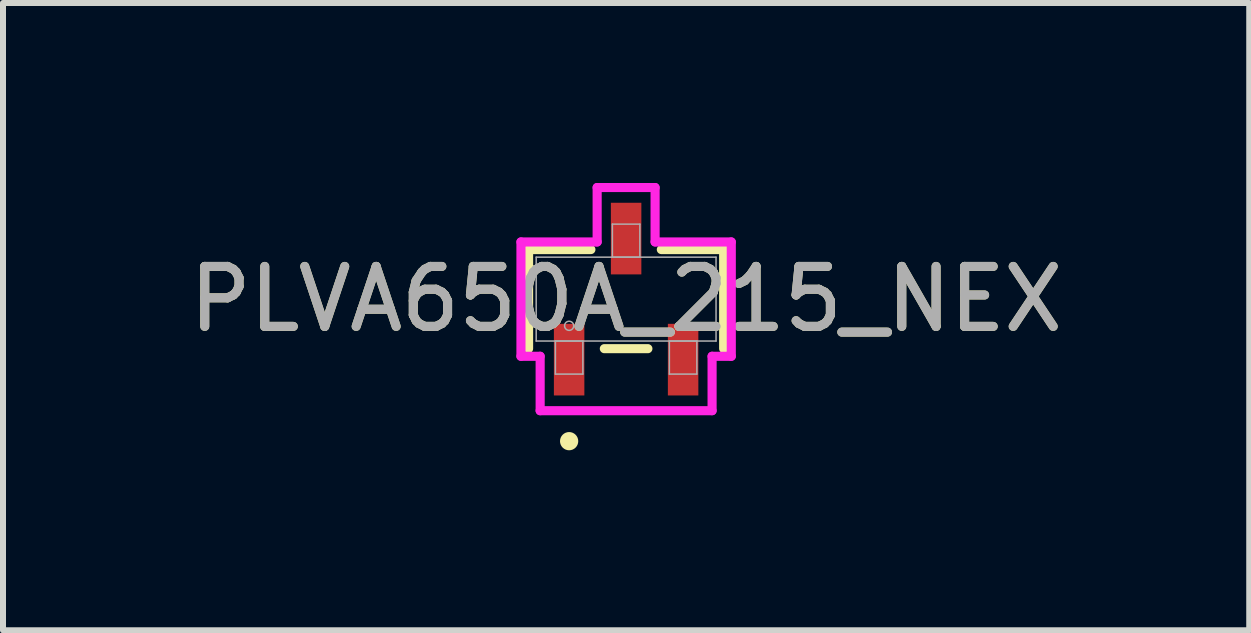
<source format=kicad_pcb>
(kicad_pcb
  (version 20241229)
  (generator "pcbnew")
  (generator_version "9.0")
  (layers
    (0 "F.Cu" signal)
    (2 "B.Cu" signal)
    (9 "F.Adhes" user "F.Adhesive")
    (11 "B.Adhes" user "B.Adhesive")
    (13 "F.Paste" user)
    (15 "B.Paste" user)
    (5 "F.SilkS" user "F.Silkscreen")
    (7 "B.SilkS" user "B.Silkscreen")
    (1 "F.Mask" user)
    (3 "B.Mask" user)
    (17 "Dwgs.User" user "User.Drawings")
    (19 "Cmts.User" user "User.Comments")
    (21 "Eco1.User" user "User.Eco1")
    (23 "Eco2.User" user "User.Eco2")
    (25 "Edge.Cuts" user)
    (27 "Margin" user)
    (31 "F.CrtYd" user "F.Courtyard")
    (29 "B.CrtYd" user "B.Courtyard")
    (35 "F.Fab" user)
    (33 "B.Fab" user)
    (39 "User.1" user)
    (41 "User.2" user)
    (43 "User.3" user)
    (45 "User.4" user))
  (footprint "PLVA650A_215_NEX"
    (layer "F.Cu")
    (at 7.387 1.936)
    (property "Reference" "PLVA650A_215_NEX" (at 0 0 0) (unlocked yes) (layer "F.SilkS") (effects (font (size 1 1) (thickness 0.15))))
    (attr smd)
    (fp_line (start -1.626 -0.826) (end -1.626 0.826) (stroke (width 0.152) (type solid)) (layer "F.SilkS"))
    (fp_line (start -0.587 -0.826) (end -1.626 -0.826) (stroke (width 0.152) (type solid)) (layer "F.SilkS"))
    (fp_line (start -0.363 0.826) (end 0.363 0.826) (stroke (width 0.152) (type solid)) (layer "F.SilkS"))
    (fp_line (start 1.626 -0.826) (end 0.587 -0.826) (stroke (width 0.152) (type solid)) (layer "F.SilkS"))
    (fp_line (start 1.626 0.826) (end 1.626 -0.826) (stroke (width 0.152) (type solid)) (layer "F.SilkS"))
    (fp_circle (center -0.95 2.368) (end -0.874 2.368) (stroke (width 0.152) (type solid)) (fill no) (layer "F.SilkS"))
    (fp_line (start -1.753 -0.953) (end -0.483 -0.953) (stroke (width 0.152) (type solid)) (layer "F.CrtYd"))
    (fp_line (start -1.753 0.953) (end -1.753 -0.953) (stroke (width 0.152) (type solid)) (layer "F.CrtYd"))
    (fp_line (start -1.753 0.953) (end -1.433 0.953) (stroke (width 0.152) (type solid)) (layer "F.CrtYd"))
    (fp_line (start -1.433 0.953) (end -1.433 1.86) (stroke (width 0.152) (type solid)) (layer "F.CrtYd"))
    (fp_line (start -1.433 1.86) (end 1.433 1.86) (stroke (width 0.152) (type solid)) (layer "F.CrtYd"))
    (fp_line (start -0.483 -1.86) (end 0.483 -1.86) (stroke (width 0.152) (type solid)) (layer "F.CrtYd"))
    (fp_line (start -0.483 -0.953) (end -0.483 -1.86) (stroke (width 0.152) (type solid)) (layer "F.CrtYd"))
    (fp_line (start 0.483 -0.953) (end 0.483 -1.86) (stroke (width 0.152) (type solid)) (layer "F.CrtYd"))
    (fp_line (start 1.433 0.953) (end 1.433 1.86) (stroke (width 0.152) (type solid)) (layer "F.CrtYd"))
    (fp_line (start 1.753 -0.953) (end 0.483 -0.953) (stroke (width 0.152) (type solid)) (layer "F.CrtYd"))
    (fp_line (start 1.753 -0.953) (end 1.753 0.953) (stroke (width 0.152) (type solid)) (layer "F.CrtYd"))
    (fp_line (start 1.753 0.953) (end 1.433 0.953) (stroke (width 0.152) (type solid)) (layer "F.CrtYd"))
    (fp_line (start -1.499 -0.699) (end -1.499 0.699) (stroke (width 0.025) (type solid)) (layer "F.Fab"))
    (fp_line (start -1.499 0.699) (end 1.499 0.699) (stroke (width 0.025) (type solid)) (layer "F.Fab"))
    (fp_line (start -1.179 0.699) (end -1.179 1.25) (stroke (width 0.025) (type solid)) (layer "F.Fab"))
    (fp_line (start -1.179 1.25) (end -0.721 1.25) (stroke (width 0.025) (type solid)) (layer "F.Fab"))
    (fp_line (start -0.721 0.699) (end -1.179 0.699) (stroke (width 0.025) (type solid)) (layer "F.Fab"))
    (fp_line (start -0.721 1.25) (end -0.721 0.699) (stroke (width 0.025) (type solid)) (layer "F.Fab"))
    (fp_line (start -0.229 -1.25) (end -0.229 -0.699) (stroke (width 0.025) (type solid)) (layer "F.Fab"))
    (fp_line (start -0.229 -0.699) (end 0.229 -0.699) (stroke (width 0.025) (type solid)) (layer "F.Fab"))
    (fp_line (start 0.229 -1.25) (end -0.229 -1.25) (stroke (width 0.025) (type solid)) (layer "F.Fab"))
    (fp_line (start 0.229 -0.699) (end 0.229 -1.25) (stroke (width 0.025) (type solid)) (layer "F.Fab"))
    (fp_line (start 0.721 0.699) (end 0.721 1.25) (stroke (width 0.025) (type solid)) (layer "F.Fab"))
    (fp_line (start 0.721 1.25) (end 1.179 1.25) (stroke (width 0.025) (type solid)) (layer "F.Fab"))
    (fp_line (start 1.179 0.699) (end 0.721 0.699) (stroke (width 0.025) (type solid)) (layer "F.Fab"))
    (fp_line (start 1.179 1.25) (end 1.179 0.699) (stroke (width 0.025) (type solid)) (layer "F.Fab"))
    (fp_line (start 1.499 -0.699) (end -1.499 -0.699) (stroke (width 0.025) (type solid)) (layer "F.Fab"))
    (fp_line (start 1.499 0.699) (end 1.499 -0.699) (stroke (width 0.025) (type solid)) (layer "F.Fab"))
    (fp_circle (center -0.95 0.445) (end -0.874 0.445) (stroke (width 0.025) (type solid)) (fill no) (layer "F.Fab"))
    (fp_text user "${REFERENCE}" (at 0 0 0) (unlocked yes) (layer "F.Fab") (effects (font (size 1 1) (thickness 0.15))))
    (pad "1" smd rect (at -0.95 1.009) (size 0.508 1.194) (layers "F.Cu" "F.Mask" "F.Paste"))
    (pad "2" smd rect (at 0.95 1.009) (size 0.508 1.194) (layers "F.Cu" "F.Mask" "F.Paste"))
    (pad "3" smd rect (at 0 -1.009) (size 0.508 1.194) (layers "F.Cu" "F.Mask" "F.Paste")))
  (gr_rect
    (start -3 -3)
    (end 17.774 7.456)
    (stroke (width 0.1) (type default))
    (fill no)
    (layer "Edge.Cuts")))
</source>
